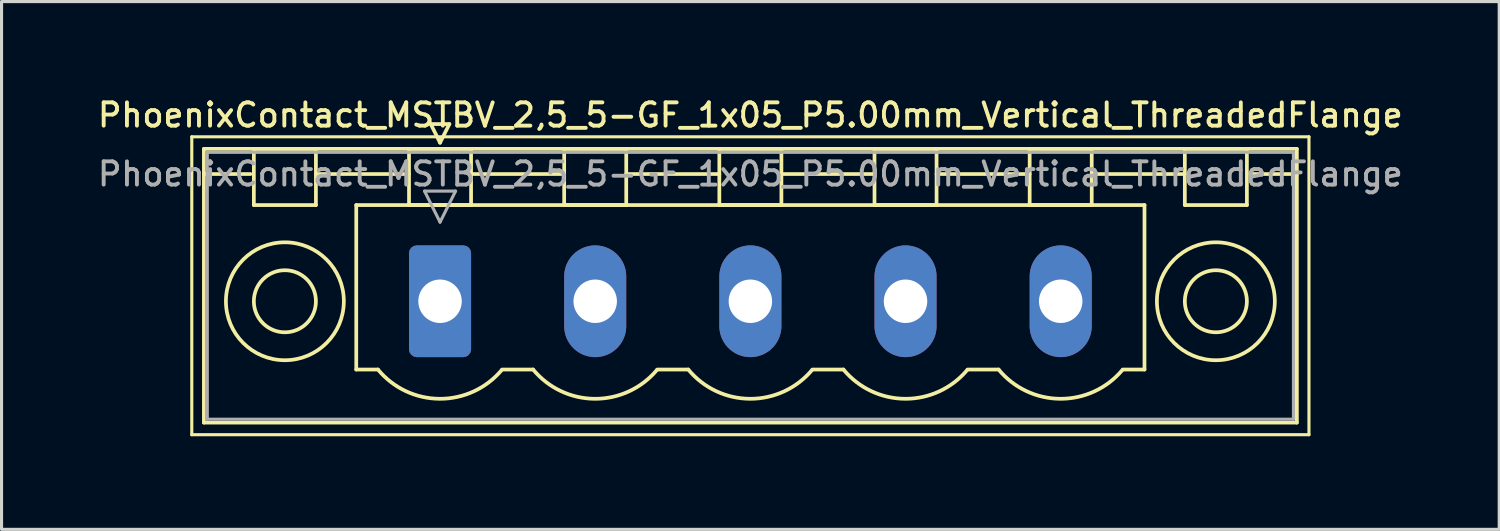
<source format=kicad_pcb>
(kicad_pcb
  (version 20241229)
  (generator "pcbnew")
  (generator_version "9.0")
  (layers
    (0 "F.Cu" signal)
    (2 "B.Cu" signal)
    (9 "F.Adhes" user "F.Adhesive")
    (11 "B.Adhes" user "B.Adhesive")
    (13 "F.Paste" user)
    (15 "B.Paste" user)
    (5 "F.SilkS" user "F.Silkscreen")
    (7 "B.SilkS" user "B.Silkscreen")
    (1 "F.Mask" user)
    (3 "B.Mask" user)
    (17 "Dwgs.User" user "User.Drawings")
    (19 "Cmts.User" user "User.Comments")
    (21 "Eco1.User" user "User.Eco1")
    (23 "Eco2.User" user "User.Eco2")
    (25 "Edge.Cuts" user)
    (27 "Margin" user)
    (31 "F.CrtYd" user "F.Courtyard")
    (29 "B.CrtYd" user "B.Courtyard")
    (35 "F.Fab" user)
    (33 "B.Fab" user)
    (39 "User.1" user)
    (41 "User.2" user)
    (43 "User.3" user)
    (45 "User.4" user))
  (footprint "PhoenixContact_MSTBV_2,5_5-GF_1x05_P5.00mm_Vertical_ThreadedFlange"
    (layer "F.Cu")
    (at 11.13 6.658)
    (property "Reference" "PhoenixContact_MSTBV_2,5_5-GF_1x05_P5.00mm_Vertical_ThreadedFlange" (at 10 -6 0) (layer "F.SilkS") (effects (font (size 0.75 0.75) (thickness 0.125))))
    (attr through_hole)
    (fp_line (start -8 -5.3) (end -8 4.3) (stroke (width 0.1) (type solid)) (layer "F.SilkS"))
    (fp_line (start -8 4.3) (end 28 4.3) (stroke (width 0.1) (type solid)) (layer "F.SilkS"))
    (fp_line (start -7.61 -4.91) (end -7.61 3.91) (stroke (width 0.12) (type solid)) (layer "F.SilkS"))
    (fp_line (start -7.61 -4.1) (end -6.11 -4.1) (stroke (width 0.12) (type solid)) (layer "F.SilkS"))
    (fp_line (start -7.61 3.91) (end 27.61 3.91) (stroke (width 0.12) (type solid)) (layer "F.SilkS"))
    (fp_line (start -6 -4.91) (end -4 -4.91) (stroke (width 0.12) (type solid)) (layer "F.SilkS"))
    (fp_line (start -6 -3.1) (end -6 -4.91) (stroke (width 0.12) (type solid)) (layer "F.SilkS"))
    (fp_line (start -4 -4.91) (end -4 -3.1) (stroke (width 0.12) (type solid)) (layer "F.SilkS"))
    (fp_line (start -4 -4.1) (end -1 -4.1) (stroke (width 0.12) (type solid)) (layer "F.SilkS"))
    (fp_line (start -4 -3.1) (end -6 -3.1) (stroke (width 0.12) (type solid)) (layer "F.SilkS"))
    (fp_line (start -2.7 -3.1) (end 22.7 -3.1) (stroke (width 0.12) (type solid)) (layer "F.SilkS"))
    (fp_line (start -2.7 2.2) (end -2.7 -3.1) (stroke (width 0.12) (type solid)) (layer "F.SilkS"))
    (fp_line (start -2 2.2) (end -2.7 2.2) (stroke (width 0.12) (type solid)) (layer "F.SilkS"))
    (fp_line (start -1 -4.91) (end 1 -4.91) (stroke (width 0.12) (type solid)) (layer "F.SilkS"))
    (fp_line (start -1 -3.1) (end -1 -4.91) (stroke (width 0.12) (type solid)) (layer "F.SilkS"))
    (fp_line (start -0.3 -5.71) (end 0.3 -5.71) (stroke (width 0.12) (type solid)) (layer "F.SilkS"))
    (fp_line (start 0 -5.11) (end -0.3 -5.71) (stroke (width 0.12) (type solid)) (layer "F.SilkS"))
    (fp_line (start 0.3 -5.71) (end 0 -5.11) (stroke (width 0.12) (type solid)) (layer "F.SilkS"))
    (fp_line (start 1 -4.91) (end 1 -3.1) (stroke (width 0.12) (type solid)) (layer "F.SilkS"))
    (fp_line (start 1 -4.1) (end 4 -4.1) (stroke (width 0.12) (type solid)) (layer "F.SilkS"))
    (fp_line (start 1 -3.1) (end -1 -3.1) (stroke (width 0.12) (type solid)) (layer "F.SilkS"))
    (fp_line (start 2 2.2) (end 3 2.2) (stroke (width 0.12) (type solid)) (layer "F.SilkS"))
    (fp_line (start 4 -4.91) (end 6 -4.91) (stroke (width 0.12) (type solid)) (layer "F.SilkS"))
    (fp_line (start 4 -3.1) (end 4 -4.91) (stroke (width 0.12) (type solid)) (layer "F.SilkS"))
    (fp_line (start 6 -4.91) (end 6 -3.1) (stroke (width 0.12) (type solid)) (layer "F.SilkS"))
    (fp_line (start 6 -4.1) (end 9 -4.1) (stroke (width 0.12) (type solid)) (layer "F.SilkS"))
    (fp_line (start 6 -3.1) (end 4 -3.1) (stroke (width 0.12) (type solid)) (layer "F.SilkS"))
    (fp_line (start 7 2.2) (end 8 2.2) (stroke (width 0.12) (type solid)) (layer "F.SilkS"))
    (fp_line (start 9 -4.91) (end 11 -4.91) (stroke (width 0.12) (type solid)) (layer "F.SilkS"))
    (fp_line (start 9 -3.1) (end 9 -4.91) (stroke (width 0.12) (type solid)) (layer "F.SilkS"))
    (fp_line (start 11 -4.91) (end 11 -3.1) (stroke (width 0.12) (type solid)) (layer "F.SilkS"))
    (fp_line (start 11 -4.1) (end 14 -4.1) (stroke (width 0.12) (type solid)) (layer "F.SilkS"))
    (fp_line (start 11 -3.1) (end 9 -3.1) (stroke (width 0.12) (type solid)) (layer "F.SilkS"))
    (fp_line (start 12 2.2) (end 13 2.2) (stroke (width 0.12) (type solid)) (layer "F.SilkS"))
    (fp_line (start 14 -4.91) (end 16 -4.91) (stroke (width 0.12) (type solid)) (layer "F.SilkS"))
    (fp_line (start 14 -3.1) (end 14 -4.91) (stroke (width 0.12) (type solid)) (layer "F.SilkS"))
    (fp_line (start 16 -4.91) (end 16 -3.1) (stroke (width 0.12) (type solid)) (layer "F.SilkS"))
    (fp_line (start 16 -4.1) (end 19 -4.1) (stroke (width 0.12) (type solid)) (layer "F.SilkS"))
    (fp_line (start 16 -3.1) (end 14 -3.1) (stroke (width 0.12) (type solid)) (layer "F.SilkS"))
    (fp_line (start 17 2.2) (end 18 2.2) (stroke (width 0.12) (type solid)) (layer "F.SilkS"))
    (fp_line (start 19 -4.91) (end 21 -4.91) (stroke (width 0.12) (type solid)) (layer "F.SilkS"))
    (fp_line (start 19 -3.1) (end 19 -4.91) (stroke (width 0.12) (type solid)) (layer "F.SilkS"))
    (fp_line (start 21 -4.91) (end 21 -3.1) (stroke (width 0.12) (type solid)) (layer "F.SilkS"))
    (fp_line (start 21 -4.1) (end 24 -4.1) (stroke (width 0.12) (type solid)) (layer "F.SilkS"))
    (fp_line (start 21 -3.1) (end 19 -3.1) (stroke (width 0.12) (type solid)) (layer "F.SilkS"))
    (fp_line (start 22.7 -3.1) (end 22.7 2.2) (stroke (width 0.12) (type solid)) (layer "F.SilkS"))
    (fp_line (start 22.7 2.2) (end 22 2.2) (stroke (width 0.12) (type solid)) (layer "F.SilkS"))
    (fp_line (start 24 -4.91) (end 26 -4.91) (stroke (width 0.12) (type solid)) (layer "F.SilkS"))
    (fp_line (start 24 -3.1) (end 24 -4.91) (stroke (width 0.12) (type solid)) (layer "F.SilkS"))
    (fp_line (start 26 -4.91) (end 26 -3.1) (stroke (width 0.12) (type solid)) (layer "F.SilkS"))
    (fp_line (start 26 -3.1) (end 24 -3.1) (stroke (width 0.12) (type solid)) (layer "F.SilkS"))
    (fp_line (start 27.61 -4.91) (end -7.61 -4.91) (stroke (width 0.12) (type solid)) (layer "F.SilkS"))
    (fp_line (start 27.61 -4.1) (end 26.11 -4.1) (stroke (width 0.12) (type solid)) (layer "F.SilkS"))
    (fp_line (start 27.61 3.91) (end 27.61 -4.91) (stroke (width 0.12) (type solid)) (layer "F.SilkS"))
    (fp_line (start 28 -5.3) (end -8 -5.3) (stroke (width 0.1) (type solid)) (layer "F.SilkS"))
    (fp_line (start 28 4.3) (end 28 -5.3) (stroke (width 0.1) (type solid)) (layer "F.SilkS"))
    (fp_arc (start 1.986842 2.215821) (mid -0.010289 3.142758) (end -2 2.2) (stroke (width 0.12) (type solid)) (layer "F.SilkS"))
    (fp_arc (start 6.986842 2.215821) (mid 4.989711 3.142758) (end 3 2.2) (stroke (width 0.12) (type solid)) (layer "F.SilkS"))
    (fp_arc (start 11.986842 2.215821) (mid 9.989711 3.142758) (end 8 2.2) (stroke (width 0.12) (type solid)) (layer "F.SilkS"))
    (fp_arc (start 16.986842 2.215821) (mid 14.989711 3.142758) (end 13 2.2) (stroke (width 0.12) (type solid)) (layer "F.SilkS"))
    (fp_arc (start 21.986842 2.215821) (mid 19.989711 3.142758) (end 18 2.2) (stroke (width 0.12) (type solid)) (layer "F.SilkS"))
    (fp_circle (center -5 0) (end -4 0) (stroke (width 0.12) (type solid)) (fill no) (layer "F.SilkS"))
    (fp_circle (center -5 0) (end -3.1 0) (stroke (width 0.12) (type solid)) (fill no) (layer "F.SilkS"))
    (fp_circle (center 25 0) (end 26 0) (stroke (width 0.12) (type solid)) (fill no) (layer "F.SilkS"))
    (fp_circle (center 25 0) (end 26.9 0) (stroke (width 0.12) (type solid)) (fill no) (layer "F.SilkS"))
    (fp_line (start -7.5 -4.8) (end -7.5 3.8) (stroke (width 0.1) (type solid)) (layer "F.Fab"))
    (fp_line (start -7.5 3.8) (end 27.5 3.8) (stroke (width 0.1) (type solid)) (layer "F.Fab"))
    (fp_line (start -0.5 -3.55) (end 0.5 -3.55) (stroke (width 0.1) (type solid)) (layer "F.Fab"))
    (fp_line (start 0 -2.55) (end -0.5 -3.55) (stroke (width 0.1) (type solid)) (layer "F.Fab"))
    (fp_line (start 0.5 -3.55) (end 0 -2.55) (stroke (width 0.1) (type solid)) (layer "F.Fab"))
    (fp_line (start 27.5 -4.8) (end -7.5 -4.8) (stroke (width 0.1) (type solid)) (layer "F.Fab"))
    (fp_line (start 27.5 3.8) (end 27.5 -4.8) (stroke (width 0.1) (type solid)) (layer "F.Fab"))
    (fp_text user "${REFERENCE}" (at 10 -4.1 0) (layer "F.Fab") (effects (font (size 0.75 0.75) (thickness 0.125))))
    (pad "1" thru_hole roundrect (at 0 0) (size 2 3.6) (drill 1.4) (layers "*.Cu" "*.Mask") (roundrect_rratio 0.125))
    (pad "2" thru_hole oval (at 5 0) (size 2 3.6) (drill 1.4) (layers "*.Cu" "*.Mask"))
    (pad "3" thru_hole oval (at 10 0) (size 2 3.6) (drill 1.4) (layers "*.Cu" "*.Mask"))
    (pad "4" thru_hole oval (at 15 0) (size 2 3.6) (drill 1.4) (layers "*.Cu" "*.Mask"))
    (pad "5" thru_hole oval (at 20 0) (size 2 3.6) (drill 1.4) (layers "*.Cu" "*.Mask")))
  (gr_rect
    (start -3 -3)
    (end 45.261 14.008)
    (stroke (width 0.1) (type default))
    (fill no)
    (layer "Edge.Cuts")))
</source>
